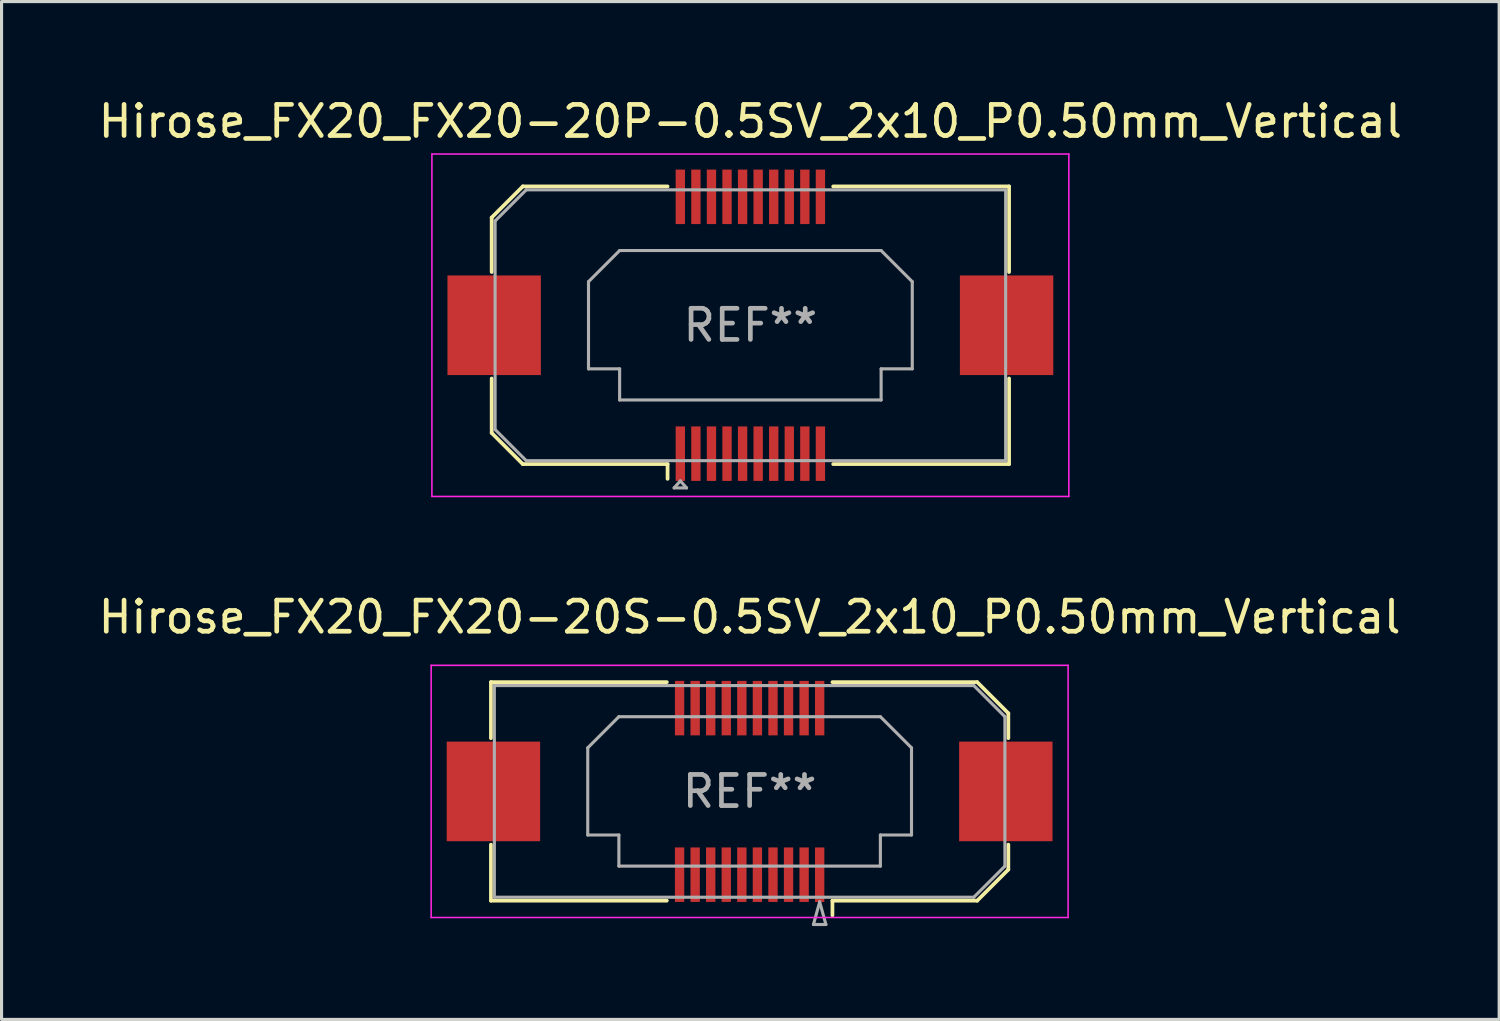
<source format=kicad_pcb>
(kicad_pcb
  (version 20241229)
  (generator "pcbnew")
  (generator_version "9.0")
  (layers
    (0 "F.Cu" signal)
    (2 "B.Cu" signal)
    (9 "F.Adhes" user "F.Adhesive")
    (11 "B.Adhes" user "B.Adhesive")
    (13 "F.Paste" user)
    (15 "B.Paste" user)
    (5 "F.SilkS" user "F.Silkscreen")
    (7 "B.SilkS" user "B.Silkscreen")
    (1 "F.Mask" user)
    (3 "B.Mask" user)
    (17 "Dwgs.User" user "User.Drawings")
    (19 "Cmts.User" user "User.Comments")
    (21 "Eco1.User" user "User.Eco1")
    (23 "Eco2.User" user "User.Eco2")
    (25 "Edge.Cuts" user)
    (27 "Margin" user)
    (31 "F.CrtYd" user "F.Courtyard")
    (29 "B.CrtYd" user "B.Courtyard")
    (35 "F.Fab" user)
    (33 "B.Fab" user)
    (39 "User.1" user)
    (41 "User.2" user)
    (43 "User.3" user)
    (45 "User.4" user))
  (footprint "Hirose_FX20_FX20-20S-0.5SV_2x10_P0.50mm_Vertical"
    (layer "F.Cu")
    (at 21.03 22.372)
    (property "Reference" "Hirose_FX20_FX20-20S-0.5SV_2x10_P0.50mm_Vertical" (at 0 -5.6 0) (layer "F.SilkS") (effects (font (size 1 1) (thickness 0.15))))
    (attr smd)
    (fp_line (start -8.31 -3.51) (end -2.66 -3.51) (stroke (width 0.12) (type solid)) (layer "F.SilkS"))
    (fp_line (start -8.31 -1.71) (end -8.31 -3.51) (stroke (width 0.12) (type solid)) (layer "F.SilkS"))
    (fp_line (start -8.31 3.51) (end -8.31 1.71) (stroke (width 0.12) (type solid)) (layer "F.SilkS"))
    (fp_line (start -2.66 3.51) (end -8.31 3.51) (stroke (width 0.12) (type solid)) (layer "F.SilkS"))
    (fp_line (start 2.66 3.51) (end 7.31 3.51) (stroke (width 0.12) (type solid)) (layer "F.SilkS"))
    (fp_line (start 2.66 3.983) (end 2.66 3.51) (stroke (width 0.12) (type solid)) (layer "F.SilkS"))
    (fp_line (start 7.31 -3.51) (end 2.66 -3.51) (stroke (width 0.12) (type solid)) (layer "F.SilkS"))
    (fp_line (start 7.31 3.51) (end 8.31 2.51) (stroke (width 0.12) (type solid)) (layer "F.SilkS"))
    (fp_line (start 8.31 -2.51) (end 7.31 -3.51) (stroke (width 0.12) (type solid)) (layer "F.SilkS"))
    (fp_line (start 8.31 -1.71) (end 8.31 -2.51) (stroke (width 0.12) (type solid)) (layer "F.SilkS"))
    (fp_line (start 8.31 2.51) (end 8.31 1.71) (stroke (width 0.12) (type solid)) (layer "F.SilkS"))
    (fp_line (start -10.23 -4.05) (end -10.23 4.05) (stroke (width 0.05) (type solid)) (layer "F.CrtYd"))
    (fp_line (start -10.23 4.05) (end 10.23 4.05) (stroke (width 0.05) (type solid)) (layer "F.CrtYd"))
    (fp_line (start 10.23 -4.05) (end -10.23 -4.05) (stroke (width 0.05) (type solid)) (layer "F.CrtYd"))
    (fp_line (start 10.23 4.05) (end 10.23 -4.05) (stroke (width 0.05) (type solid)) (layer "F.CrtYd"))
    (fp_line (start -8.2 -3.4) (end 7.2 -3.4) (stroke (width 0.1) (type solid)) (layer "F.Fab"))
    (fp_line (start -8.2 3.4) (end -8.2 -3.4) (stroke (width 0.1) (type solid)) (layer "F.Fab"))
    (fp_line (start -5.2 -1.4) (end -4.2 -2.4) (stroke (width 0.1) (type solid)) (layer "F.Fab"))
    (fp_line (start -5.2 1.4) (end -5.2 -1.4) (stroke (width 0.1) (type solid)) (layer "F.Fab"))
    (fp_line (start -4.2 -2.4) (end 4.2 -2.4) (stroke (width 0.1) (type solid)) (layer "F.Fab"))
    (fp_line (start -4.2 1.4) (end -5.2 1.4) (stroke (width 0.1) (type solid)) (layer "F.Fab"))
    (fp_line (start -4.2 2.4) (end -4.2 1.4) (stroke (width 0.1) (type solid)) (layer "F.Fab"))
    (fp_line (start 2.05 4.275) (end 2.45 4.275) (stroke (width 0.1) (type solid)) (layer "F.Fab"))
    (fp_line (start 2.25 3.55) (end 2.05 4.275) (stroke (width 0.1) (type solid)) (layer "F.Fab"))
    (fp_line (start 2.45 4.275) (end 2.25 3.55) (stroke (width 0.1) (type solid)) (layer "F.Fab"))
    (fp_line (start 4.2 -2.4) (end 5.2 -1.4) (stroke (width 0.1) (type solid)) (layer "F.Fab"))
    (fp_line (start 4.2 1.4) (end 4.2 2.4) (stroke (width 0.1) (type solid)) (layer "F.Fab"))
    (fp_line (start 4.2 2.4) (end -4.2 2.4) (stroke (width 0.1) (type solid)) (layer "F.Fab"))
    (fp_line (start 5.2 -1.4) (end 5.2 1.4) (stroke (width 0.1) (type solid)) (layer "F.Fab"))
    (fp_line (start 5.2 1.4) (end 4.2 1.4) (stroke (width 0.1) (type solid)) (layer "F.Fab"))
    (fp_line (start 7.2 -3.4) (end 8.2 -2.4) (stroke (width 0.1) (type solid)) (layer "F.Fab"))
    (fp_line (start 7.2 3.4) (end -8.2 3.4) (stroke (width 0.1) (type solid)) (layer "F.Fab"))
    (fp_line (start 8.2 -2.4) (end 8.2 2.4) (stroke (width 0.1) (type solid)) (layer "F.Fab"))
    (fp_line (start 8.2 2.4) (end 7.2 3.4) (stroke (width 0.1) (type solid)) (layer "F.Fab"))
    (fp_text user "REF**" (at 0 0 0) (layer "F.Fab") (effects (font (size 1 1) (thickness 0.15))))
    (pad "" smd rect (at -8.23 0) (size 2.98 3.18) (layers "F.Paste"))
    (pad "" smd rect (at -8.23 0) (size 3 3.2) (layers "F.Cu" "F.Mask"))
    (pad "" smd rect (at -2.25 -2.875) (size 0.28 1.35) (layers "F.Paste"))
    (pad "" smd rect (at -2.25 2.875) (size 0.28 1.35) (layers "F.Paste"))
    (pad "" smd rect (at -1.75 -2.875) (size 0.28 1.35) (layers "F.Paste"))
    (pad "" smd rect (at -1.75 2.875) (size 0.28 1.35) (layers "F.Paste"))
    (pad "" smd rect (at -1.25 -2.875) (size 0.28 1.35) (layers "F.Paste"))
    (pad "" smd rect (at -1.25 2.875) (size 0.28 1.35) (layers "F.Paste"))
    (pad "" smd rect (at -0.75 -2.875) (size 0.28 1.35) (layers "F.Paste"))
    (pad "" smd rect (at -0.75 2.875) (size 0.28 1.35) (layers "F.Paste"))
    (pad "" smd rect (at -0.25 -2.875) (size 0.28 1.35) (layers "F.Paste"))
    (pad "" smd rect (at -0.25 2.875) (size 0.28 1.35) (layers "F.Paste"))
    (pad "" smd rect (at 0.25 -2.875) (size 0.28 1.35) (layers "F.Paste"))
    (pad "" smd rect (at 0.25 2.875) (size 0.28 1.35) (layers "F.Paste"))
    (pad "" smd rect (at 0.75 -2.875) (size 0.28 1.35) (layers "F.Paste"))
    (pad "" smd rect (at 0.75 2.875) (size 0.28 1.35) (layers "F.Paste"))
    (pad "" smd rect (at 1.25 -2.875) (size 0.28 1.35) (layers "F.Paste"))
    (pad "" smd rect (at 1.25 2.875) (size 0.28 1.35) (layers "F.Paste"))
    (pad "" smd rect (at 1.75 -2.875) (size 0.28 1.35) (layers "F.Paste"))
    (pad "" smd rect (at 1.75 2.875) (size 0.28 1.35) (layers "F.Paste"))
    (pad "" smd rect (at 2.25 -2.875) (size 0.28 1.35) (layers "F.Paste"))
    (pad "" smd rect (at 2.25 2.875) (size 0.28 1.35) (layers "F.Paste"))
    (pad "" smd rect (at 8.23 0) (size 2.98 3.18) (layers "F.Paste"))
    (pad "" smd rect (at 8.23 0) (size 3 3.2) (layers "F.Cu" "F.Mask"))
    (pad "1" smd rect (at 2.25 2.675) (size 0.3 1.75) (layers "F.Cu" "F.Mask"))
    (pad "2" smd rect (at 2.25 -2.675) (size 0.3 1.75) (layers "F.Cu" "F.Mask"))
    (pad "3" smd rect (at 1.75 2.675) (size 0.3 1.75) (layers "F.Cu" "F.Mask"))
    (pad "4" smd rect (at 1.75 -2.675) (size 0.3 1.75) (layers "F.Cu" "F.Mask"))
    (pad "5" smd rect (at 1.25 2.675) (size 0.3 1.75) (layers "F.Cu" "F.Mask"))
    (pad "6" smd rect (at 1.25 -2.675) (size 0.3 1.75) (layers "F.Cu" "F.Mask"))
    (pad "7" smd rect (at 0.75 2.675) (size 0.3 1.75) (layers "F.Cu" "F.Mask"))
    (pad "8" smd rect (at 0.75 -2.675) (size 0.3 1.75) (layers "F.Cu" "F.Mask"))
    (pad "9" smd rect (at 0.25 2.675) (size 0.3 1.75) (layers "F.Cu" "F.Mask"))
    (pad "10" smd rect (at 0.25 -2.675) (size 0.3 1.75) (layers "F.Cu" "F.Mask"))
    (pad "11" smd rect (at -0.25 2.675) (size 0.3 1.75) (layers "F.Cu" "F.Mask"))
    (pad "12" smd rect (at -0.25 -2.675) (size 0.3 1.75) (layers "F.Cu" "F.Mask"))
    (pad "13" smd rect (at -0.75 2.675) (size 0.3 1.75) (layers "F.Cu" "F.Mask"))
    (pad "14" smd rect (at -0.75 -2.675) (size 0.3 1.75) (layers "F.Cu" "F.Mask"))
    (pad "15" smd rect (at -1.25 2.675) (size 0.3 1.75) (layers "F.Cu" "F.Mask"))
    (pad "16" smd rect (at -1.25 -2.675) (size 0.3 1.75) (layers "F.Cu" "F.Mask"))
    (pad "17" smd rect (at -1.75 2.675) (size 0.3 1.75) (layers "F.Cu" "F.Mask"))
    (pad "18" smd rect (at -1.75 -2.675) (size 0.3 1.75) (layers "F.Cu" "F.Mask"))
    (pad "19" smd rect (at -2.25 2.675) (size 0.3 1.75) (layers "F.Cu" "F.Mask"))
    (pad "20" smd rect (at -2.25 -2.675) (size 0.3 1.75) (layers "F.Cu" "F.Mask")))
  (footprint "Hirose_FX20_FX20-20P-0.5SV_2x10_P0.50mm_Vertical"
    (layer "F.Cu")
    (at 21.054 7.398)
    (property "Reference" "Hirose_FX20_FX20-20P-0.5SV_2x10_P0.50mm_Vertical" (at 0 -6.55 0) (layer "F.SilkS") (effects (font (size 1 1) (thickness 0.15))))
    (attr smd)
    (fp_line (start -8.31 -3.46) (end -7.31 -4.46) (stroke (width 0.12) (type solid)) (layer "F.SilkS"))
    (fp_line (start -8.31 -1.71) (end -8.31 -3.46) (stroke (width 0.12) (type solid)) (layer "F.SilkS"))
    (fp_line (start -8.31 3.46) (end -8.31 1.71) (stroke (width 0.12) (type solid)) (layer "F.SilkS"))
    (fp_line (start -7.31 -4.46) (end -2.66 -4.46) (stroke (width 0.12) (type solid)) (layer "F.SilkS"))
    (fp_line (start -7.31 4.46) (end -8.31 3.46) (stroke (width 0.12) (type solid)) (layer "F.SilkS"))
    (fp_line (start -2.66 4.46) (end -7.31 4.46) (stroke (width 0.12) (type solid)) (layer "F.SilkS"))
    (fp_line (start -2.66 4.933) (end -2.66 4.46) (stroke (width 0.12) (type solid)) (layer "F.SilkS"))
    (fp_line (start 2.66 4.46) (end 8.31 4.46) (stroke (width 0.12) (type solid)) (layer "F.SilkS"))
    (fp_line (start 8.31 -4.46) (end 2.66 -4.46) (stroke (width 0.12) (type solid)) (layer "F.SilkS"))
    (fp_line (start 8.31 -1.71) (end 8.31 -4.46) (stroke (width 0.12) (type solid)) (layer "F.SilkS"))
    (fp_line (start 8.31 4.46) (end 8.31 1.71) (stroke (width 0.12) (type solid)) (layer "F.SilkS"))
    (fp_line (start -10.23 -5.5) (end -10.23 5.5) (stroke (width 0.05) (type solid)) (layer "F.CrtYd"))
    (fp_line (start -10.23 5.5) (end 10.23 5.5) (stroke (width 0.05) (type solid)) (layer "F.CrtYd"))
    (fp_line (start 10.23 -5.5) (end -10.23 -5.5) (stroke (width 0.05) (type solid)) (layer "F.CrtYd"))
    (fp_line (start 10.23 5.5) (end 10.23 -5.5) (stroke (width 0.05) (type solid)) (layer "F.CrtYd"))
    (fp_line (start -8.2 -3.35) (end -7.2 -4.35) (stroke (width 0.1) (type solid)) (layer "F.Fab"))
    (fp_line (start -8.2 3.35) (end -8.2 -3.35) (stroke (width 0.1) (type solid)) (layer "F.Fab"))
    (fp_line (start -7.2 -4.35) (end 8.2 -4.35) (stroke (width 0.1) (type solid)) (layer "F.Fab"))
    (fp_line (start -7.2 4.35) (end -8.2 3.35) (stroke (width 0.1) (type solid)) (layer "F.Fab"))
    (fp_line (start -5.2 -1.4) (end -4.2 -2.4) (stroke (width 0.1) (type solid)) (layer "F.Fab"))
    (fp_line (start -5.2 1.4) (end -5.2 -1.4) (stroke (width 0.1) (type solid)) (layer "F.Fab"))
    (fp_line (start -4.2 -2.4) (end 4.2 -2.4) (stroke (width 0.1) (type solid)) (layer "F.Fab"))
    (fp_line (start -4.2 1.4) (end -5.2 1.4) (stroke (width 0.1) (type solid)) (layer "F.Fab"))
    (fp_line (start -4.2 2.4) (end -4.2 1.4) (stroke (width 0.1) (type solid)) (layer "F.Fab"))
    (fp_line (start -2.45 5.225) (end -2.25 5) (stroke (width 0.1) (type solid)) (layer "F.Fab"))
    (fp_line (start -2.25 5) (end -2.05 5.225) (stroke (width 0.1) (type solid)) (layer "F.Fab"))
    (fp_line (start -2.05 5.225) (end -2.45 5.225) (stroke (width 0.1) (type solid)) (layer "F.Fab"))
    (fp_line (start 4.2 -2.4) (end 5.2 -1.4) (stroke (width 0.1) (type solid)) (layer "F.Fab"))
    (fp_line (start 4.2 1.4) (end 4.2 2.4) (stroke (width 0.1) (type solid)) (layer "F.Fab"))
    (fp_line (start 4.2 2.4) (end -4.2 2.4) (stroke (width 0.1) (type solid)) (layer "F.Fab"))
    (fp_line (start 5.2 -1.4) (end 5.2 1.4) (stroke (width 0.1) (type solid)) (layer "F.Fab"))
    (fp_line (start 5.2 1.4) (end 4.2 1.4) (stroke (width 0.1) (type solid)) (layer "F.Fab"))
    (fp_line (start 8.2 -4.35) (end 8.2 4.35) (stroke (width 0.1) (type solid)) (layer "F.Fab"))
    (fp_line (start 8.2 4.35) (end -7.2 4.35) (stroke (width 0.1) (type solid)) (layer "F.Fab"))
    (fp_text user "REF**" (at 0 0 0) (layer "F.Fab") (effects (font (size 1 1) (thickness 0.15))))
    (pad "" smd rect (at -8.23 0) (size 2.98 3.18) (layers "F.Paste"))
    (pad "" smd rect (at -8.23 0) (size 3 3.2) (layers "F.Cu" "F.Mask"))
    (pad "" smd rect (at -2.25 -4.325) (size 0.28 1.35) (layers "F.Paste"))
    (pad "" smd rect (at -2.25 4.325) (size 0.28 1.35) (layers "F.Paste"))
    (pad "" smd rect (at -1.75 -4.325) (size 0.28 1.35) (layers "F.Paste"))
    (pad "" smd rect (at -1.75 4.325) (size 0.28 1.35) (layers "F.Paste"))
    (pad "" smd rect (at -1.25 -4.325) (size 0.28 1.35) (layers "F.Paste"))
    (pad "" smd rect (at -1.25 4.325) (size 0.28 1.35) (layers "F.Paste"))
    (pad "" smd rect (at -0.75 -4.325) (size 0.28 1.35) (layers "F.Paste"))
    (pad "" smd rect (at -0.75 4.325) (size 0.28 1.35) (layers "F.Paste"))
    (pad "" smd rect (at -0.25 -4.325) (size 0.28 1.35) (layers "F.Paste"))
    (pad "" smd rect (at -0.25 4.325) (size 0.28 1.35) (layers "F.Paste"))
    (pad "" smd rect (at 0.25 -4.325) (size 0.28 1.35) (layers "F.Paste"))
    (pad "" smd rect (at 0.25 4.325) (size 0.28 1.35) (layers "F.Paste"))
    (pad "" smd rect (at 0.75 -4.325) (size 0.28 1.35) (layers "F.Paste"))
    (pad "" smd rect (at 0.75 4.325) (size 0.28 1.35) (layers "F.Paste"))
    (pad "" smd rect (at 1.25 -4.325) (size 0.28 1.35) (layers "F.Paste"))
    (pad "" smd rect (at 1.25 4.325) (size 0.28 1.35) (layers "F.Paste"))
    (pad "" smd rect (at 1.75 -4.325) (size 0.28 1.35) (layers "F.Paste"))
    (pad "" smd rect (at 1.75 4.325) (size 0.28 1.35) (layers "F.Paste"))
    (pad "" smd rect (at 2.25 -4.325) (size 0.28 1.35) (layers "F.Paste"))
    (pad "" smd rect (at 2.25 4.325) (size 0.28 1.35) (layers "F.Paste"))
    (pad "" smd rect (at 8.23 0) (size 2.98 3.18) (layers "F.Paste"))
    (pad "" smd rect (at 8.23 0) (size 3 3.2) (layers "F.Cu" "F.Mask"))
    (pad "1" smd rect (at -2.25 4.125) (size 0.3 1.75) (layers "F.Cu" "F.Mask"))
    (pad "2" smd rect (at -2.25 -4.125) (size 0.3 1.75) (layers "F.Cu" "F.Mask"))
    (pad "3" smd rect (at -1.75 4.125) (size 0.3 1.75) (layers "F.Cu" "F.Mask"))
    (pad "4" smd rect (at -1.75 -4.125) (size 0.3 1.75) (layers "F.Cu" "F.Mask"))
    (pad "5" smd rect (at -1.25 4.125) (size 0.3 1.75) (layers "F.Cu" "F.Mask"))
    (pad "6" smd rect (at -1.25 -4.125) (size 0.3 1.75) (layers "F.Cu" "F.Mask"))
    (pad "7" smd rect (at -0.75 4.125) (size 0.3 1.75) (layers "F.Cu" "F.Mask"))
    (pad "8" smd rect (at -0.75 -4.125) (size 0.3 1.75) (layers "F.Cu" "F.Mask"))
    (pad "9" smd rect (at -0.25 4.125) (size 0.3 1.75) (layers "F.Cu" "F.Mask"))
    (pad "10" smd rect (at -0.25 -4.125) (size 0.3 1.75) (layers "F.Cu" "F.Mask"))
    (pad "11" smd rect (at 0.25 4.125) (size 0.3 1.75) (layers "F.Cu" "F.Mask"))
    (pad "12" smd rect (at 0.25 -4.125) (size 0.3 1.75) (layers "F.Cu" "F.Mask"))
    (pad "13" smd rect (at 0.75 4.125) (size 0.3 1.75) (layers "F.Cu" "F.Mask"))
    (pad "14" smd rect (at 0.75 -4.125) (size 0.3 1.75) (layers "F.Cu" "F.Mask"))
    (pad "15" smd rect (at 1.25 4.125) (size 0.3 1.75) (layers "F.Cu" "F.Mask"))
    (pad "16" smd rect (at 1.25 -4.125) (size 0.3 1.75) (layers "F.Cu" "F.Mask"))
    (pad "17" smd rect (at 1.75 4.125) (size 0.3 1.75) (layers "F.Cu" "F.Mask"))
    (pad "18" smd rect (at 1.75 -4.125) (size 0.3 1.75) (layers "F.Cu" "F.Mask"))
    (pad "19" smd rect (at 2.25 4.125) (size 0.3 1.75) (layers "F.Cu" "F.Mask"))
    (pad "20" smd rect (at 2.25 -4.125) (size 0.3 1.75) (layers "F.Cu" "F.Mask")))
  (gr_rect
    (start -3 -3)
    (end 45.107 29.697)
    (stroke (width 0.1) (type default))
    (fill no)
    (layer "Edge.Cuts")))
</source>
